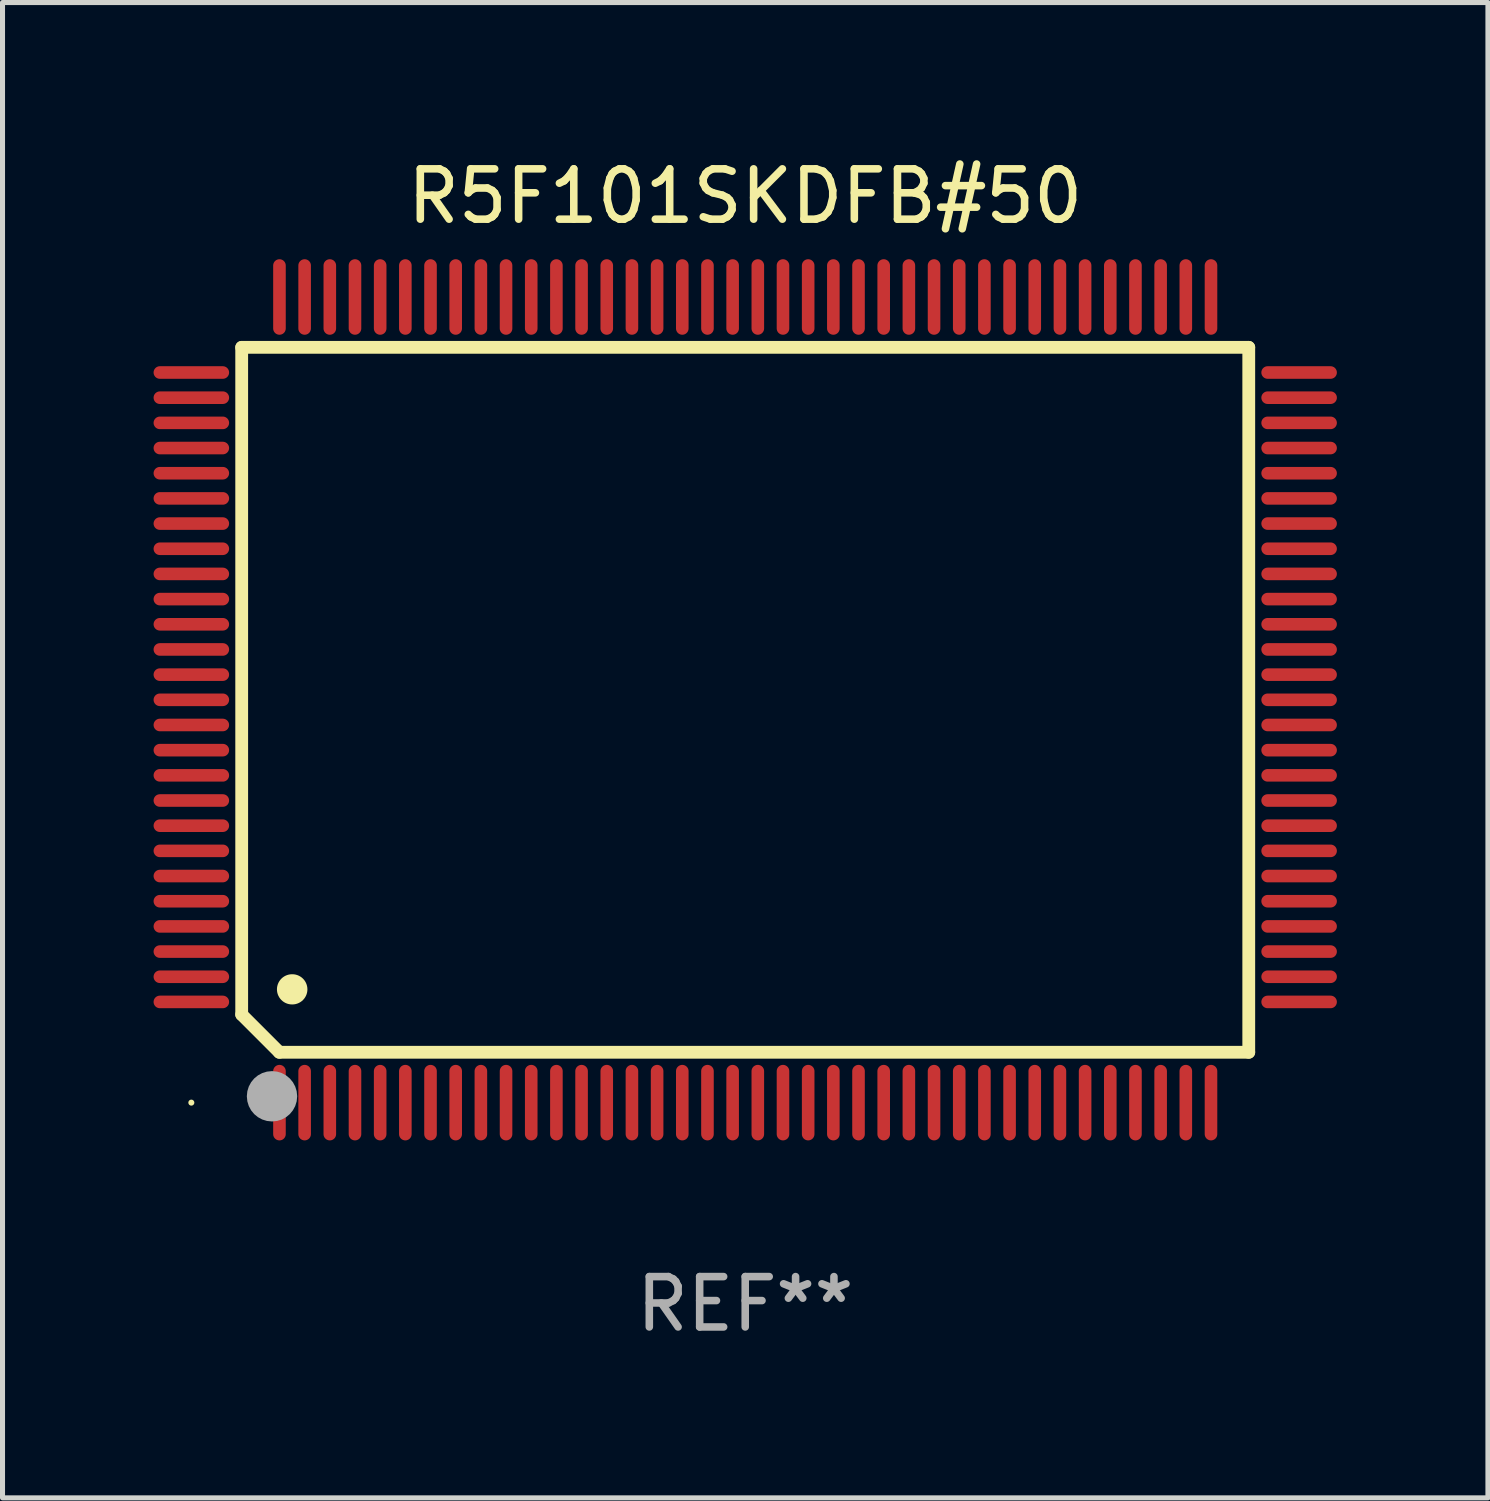
<source format=kicad_pcb>
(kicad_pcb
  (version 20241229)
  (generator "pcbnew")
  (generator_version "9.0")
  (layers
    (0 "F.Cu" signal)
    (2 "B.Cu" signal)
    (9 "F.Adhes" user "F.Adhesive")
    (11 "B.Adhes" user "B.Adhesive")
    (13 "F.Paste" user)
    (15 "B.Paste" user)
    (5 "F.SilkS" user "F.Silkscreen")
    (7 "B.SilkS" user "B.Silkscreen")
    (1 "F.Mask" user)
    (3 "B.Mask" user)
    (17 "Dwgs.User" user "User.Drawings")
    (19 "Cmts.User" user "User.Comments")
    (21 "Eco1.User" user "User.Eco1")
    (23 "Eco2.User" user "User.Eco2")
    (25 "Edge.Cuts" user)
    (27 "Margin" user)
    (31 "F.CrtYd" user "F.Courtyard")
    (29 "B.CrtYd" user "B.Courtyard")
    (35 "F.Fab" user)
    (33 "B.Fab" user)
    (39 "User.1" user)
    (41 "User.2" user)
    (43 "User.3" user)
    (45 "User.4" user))
  (footprint "R5F101SKDFB#50"
    (layer "F.Cu")
    (at 11.75 10.848)
    (property "Reference" "R5F101SKDFB#50" (at 0 -10 0) (layer "F.SilkS") (effects (font (size 1 1) (thickness 0.15))))
    (attr through_hole)
    (fp_line (start -10 -7) (end -10 6.25) (stroke (width 0.254) (type solid)) (layer "F.SilkS"))
    (fp_line (start -10 -7) (end 10 -7) (stroke (width 0.254) (type solid)) (layer "F.SilkS"))
    (fp_line (start -9.252 7) (end -10 6.252) (stroke (width 0.254) (type solid)) (layer "F.SilkS"))
    (fp_line (start 10 -7) (end 10 7) (stroke (width 0.254) (type solid)) (layer "F.SilkS"))
    (fp_line (start 10 7) (end -9.252 7) (stroke (width 0.254) (type solid)) (layer "F.SilkS"))
    (fp_arc (start -9.000025 5.750013) (mid -8.997485 5.750002) (end -8.994945 5.750013) (stroke (width 0.6) (type solid)) (layer "F.SilkS"))
    (fp_circle (center -11 8) (end -10.97 8) (stroke (width 0.06) (type solid)) (fill no) (layer "F.SilkS"))
    (fp_circle (center -9.398 7.874) (end -9.148 7.874) (stroke (width 0.5) (type solid)) (fill no) (layer "F.Fab"))
    (fp_text user "REF**" (at 0 12 0) (layer "F.Fab") (effects (font (size 1 1) (thickness 0.15))))
    (pad "1" smd oval (at -9.25 8) (size 0.25 1.5) (layers "F.Cu" "F.Mask" "F.Paste"))
    (pad "2" smd oval (at -8.75 8) (size 0.25 1.5) (layers "F.Cu" "F.Mask" "F.Paste"))
    (pad "3" smd oval (at -8.25 8) (size 0.25 1.5) (layers "F.Cu" "F.Mask" "F.Paste"))
    (pad "4" smd oval (at -7.75 8) (size 0.25 1.5) (layers "F.Cu" "F.Mask" "F.Paste"))
    (pad "5" smd oval (at -7.25 8) (size 0.25 1.5) (layers "F.Cu" "F.Mask" "F.Paste"))
    (pad "6" smd oval (at -6.75 8) (size 0.25 1.5) (layers "F.Cu" "F.Mask" "F.Paste"))
    (pad "7" smd oval (at -6.25 8) (size 0.25 1.5) (layers "F.Cu" "F.Mask" "F.Paste"))
    (pad "8" smd oval (at -5.75 8) (size 0.25 1.5) (layers "F.Cu" "F.Mask" "F.Paste"))
    (pad "9" smd oval (at -5.25 8) (size 0.25 1.5) (layers "F.Cu" "F.Mask" "F.Paste"))
    (pad "10" smd oval (at -4.75 8) (size 0.25 1.5) (layers "F.Cu" "F.Mask" "F.Paste"))
    (pad "11" smd oval (at -4.25 8) (size 0.25 1.5) (layers "F.Cu" "F.Mask" "F.Paste"))
    (pad "12" smd oval (at -3.75 8) (size 0.25 1.5) (layers "F.Cu" "F.Mask" "F.Paste"))
    (pad "13" smd oval (at -3.25 8) (size 0.25 1.5) (layers "F.Cu" "F.Mask" "F.Paste"))
    (pad "14" smd oval (at -2.75 8) (size 0.25 1.5) (layers "F.Cu" "F.Mask" "F.Paste"))
    (pad "15" smd oval (at -2.25 8) (size 0.25 1.5) (layers "F.Cu" "F.Mask" "F.Paste"))
    (pad "16" smd oval (at -1.75 8) (size 0.25 1.5) (layers "F.Cu" "F.Mask" "F.Paste"))
    (pad "17" smd oval (at -1.25 8) (size 0.25 1.5) (layers "F.Cu" "F.Mask" "F.Paste"))
    (pad "18" smd oval (at -0.75 8) (size 0.25 1.5) (layers "F.Cu" "F.Mask" "F.Paste"))
    (pad "19" smd oval (at -0.25 8) (size 0.25 1.5) (layers "F.Cu" "F.Mask" "F.Paste"))
    (pad "20" smd oval (at 0.25 8) (size 0.25 1.5) (layers "F.Cu" "F.Mask" "F.Paste"))
    (pad "21" smd oval (at 0.75 8) (size 0.25 1.5) (layers "F.Cu" "F.Mask" "F.Paste"))
    (pad "22" smd oval (at 1.25 8) (size 0.25 1.5) (layers "F.Cu" "F.Mask" "F.Paste"))
    (pad "23" smd oval (at 1.75 8) (size 0.25 1.5) (layers "F.Cu" "F.Mask" "F.Paste"))
    (pad "24" smd oval (at 2.25 8) (size 0.25 1.5) (layers "F.Cu" "F.Mask" "F.Paste"))
    (pad "25" smd oval (at 2.75 8) (size 0.25 1.5) (layers "F.Cu" "F.Mask" "F.Paste"))
    (pad "26" smd oval (at 3.25 8) (size 0.25 1.5) (layers "F.Cu" "F.Mask" "F.Paste"))
    (pad "27" smd oval (at 3.75 8) (size 0.25 1.5) (layers "F.Cu" "F.Mask" "F.Paste"))
    (pad "28" smd oval (at 4.25 8) (size 0.25 1.5) (layers "F.Cu" "F.Mask" "F.Paste"))
    (pad "29" smd oval (at 4.75 8) (size 0.25 1.5) (layers "F.Cu" "F.Mask" "F.Paste"))
    (pad "30" smd oval (at 5.25 8) (size 0.25 1.5) (layers "F.Cu" "F.Mask" "F.Paste"))
    (pad "31" smd oval (at 5.75 8) (size 0.25 1.5) (layers "F.Cu" "F.Mask" "F.Paste"))
    (pad "32" smd oval (at 6.25 8) (size 0.25 1.5) (layers "F.Cu" "F.Mask" "F.Paste"))
    (pad "33" smd oval (at 6.75 8 180) (size 0.25 1.5) (layers "F.Cu" "F.Mask" "F.Paste"))
    (pad "34" smd oval (at 7.25 8 180) (size 0.25 1.5) (layers "F.Cu" "F.Mask" "F.Paste"))
    (pad "35" smd oval (at 7.75 8 180) (size 0.25 1.5) (layers "F.Cu" "F.Mask" "F.Paste"))
    (pad "36" smd oval (at 8.25 8 180) (size 0.25 1.5) (layers "F.Cu" "F.Mask" "F.Paste"))
    (pad "37" smd oval (at 8.75 8 180) (size 0.25 1.5) (layers "F.Cu" "F.Mask" "F.Paste"))
    (pad "38" smd oval (at 9.25 8 180) (size 0.25 1.5) (layers "F.Cu" "F.Mask" "F.Paste"))
    (pad "39" smd oval (at 11 6 270) (size 0.25 1.5) (layers "F.Cu" "F.Mask" "F.Paste"))
    (pad "40" smd oval (at 11 5.5 270) (size 0.25 1.5) (layers "F.Cu" "F.Mask" "F.Paste"))
    (pad "41" smd oval (at 11 5 270) (size 0.25 1.5) (layers "F.Cu" "F.Mask" "F.Paste"))
    (pad "42" smd oval (at 11 4.5 270) (size 0.25 1.5) (layers "F.Cu" "F.Mask" "F.Paste"))
    (pad "43" smd oval (at 11 4 270) (size 0.25 1.5) (layers "F.Cu" "F.Mask" "F.Paste"))
    (pad "44" smd oval (at 11 3.5 270) (size 0.25 1.5) (layers "F.Cu" "F.Mask" "F.Paste"))
    (pad "45" smd oval (at 11 3 270) (size 0.25 1.5) (layers "F.Cu" "F.Mask" "F.Paste"))
    (pad "46" smd oval (at 11 2.5 270) (size 0.25 1.5) (layers "F.Cu" "F.Mask" "F.Paste"))
    (pad "47" smd oval (at 11 2 270) (size 0.25 1.5) (layers "F.Cu" "F.Mask" "F.Paste"))
    (pad "48" smd oval (at 11 1.5 270) (size 0.25 1.5) (layers "F.Cu" "F.Mask" "F.Paste"))
    (pad "49" smd oval (at 11 1 270) (size 0.25 1.5) (layers "F.Cu" "F.Mask" "F.Paste"))
    (pad "50" smd oval (at 11 0.5 270) (size 0.25 1.5) (layers "F.Cu" "F.Mask" "F.Paste"))
    (pad "51" smd oval (at 11 0 270) (size 0.25 1.5) (layers "F.Cu" "F.Mask" "F.Paste"))
    (pad "52" smd oval (at 11 -0.5 270) (size 0.25 1.5) (layers "F.Cu" "F.Mask" "F.Paste"))
    (pad "53" smd oval (at 11 -1 270) (size 0.25 1.5) (layers "F.Cu" "F.Mask" "F.Paste"))
    (pad "54" smd oval (at 11 -1.5 270) (size 0.25 1.5) (layers "F.Cu" "F.Mask" "F.Paste"))
    (pad "55" smd oval (at 11 -2 270) (size 0.25 1.5) (layers "F.Cu" "F.Mask" "F.Paste"))
    (pad "56" smd oval (at 11 -2.5 270) (size 0.25 1.5) (layers "F.Cu" "F.Mask" "F.Paste"))
    (pad "57" smd oval (at 11 -3 270) (size 0.25 1.5) (layers "F.Cu" "F.Mask" "F.Paste"))
    (pad "58" smd oval (at 11 -3.5 270) (size 0.25 1.5) (layers "F.Cu" "F.Mask" "F.Paste"))
    (pad "59" smd oval (at 11 -4 270) (size 0.25 1.5) (layers "F.Cu" "F.Mask" "F.Paste"))
    (pad "60" smd oval (at 11 -4.5 270) (size 0.25 1.5) (layers "F.Cu" "F.Mask" "F.Paste"))
    (pad "61" smd oval (at 11 -5 270) (size 0.25 1.5) (layers "F.Cu" "F.Mask" "F.Paste"))
    (pad "62" smd oval (at 11 -5.5 270) (size 0.25 1.5) (layers "F.Cu" "F.Mask" "F.Paste"))
    (pad "63" smd oval (at 11 -6 270) (size 0.25 1.5) (layers "F.Cu" "F.Mask" "F.Paste"))
    (pad "64" smd oval (at 11 -6.5 270) (size 0.25 1.5) (layers "F.Cu" "F.Mask" "F.Paste"))
    (pad "65" smd oval (at 9.25 -8 180) (size 0.25 1.5) (layers "F.Cu" "F.Mask" "F.Paste"))
    (pad "66" smd oval (at 8.75 -8 180) (size 0.25 1.5) (layers "F.Cu" "F.Mask" "F.Paste"))
    (pad "67" smd oval (at 8.25 -8 180) (size 0.25 1.5) (layers "F.Cu" "F.Mask" "F.Paste"))
    (pad "68" smd oval (at 7.75 -8 180) (size 0.25 1.5) (layers "F.Cu" "F.Mask" "F.Paste"))
    (pad "69" smd oval (at 7.25 -8 180) (size 0.25 1.5) (layers "F.Cu" "F.Mask" "F.Paste"))
    (pad "70" smd oval (at 6.75 -8 180) (size 0.25 1.5) (layers "F.Cu" "F.Mask" "F.Paste"))
    (pad "71" smd oval (at 6.25 -8 180) (size 0.25 1.5) (layers "F.Cu" "F.Mask" "F.Paste"))
    (pad "72" smd oval (at 5.75 -8 180) (size 0.25 1.5) (layers "F.Cu" "F.Mask" "F.Paste"))
    (pad "73" smd oval (at 5.25 -8 180) (size 0.25 1.5) (layers "F.Cu" "F.Mask" "F.Paste"))
    (pad "74" smd oval (at 4.75 -8 180) (size 0.25 1.5) (layers "F.Cu" "F.Mask" "F.Paste"))
    (pad "75" smd oval (at 4.25 -8 180) (size 0.25 1.5) (layers "F.Cu" "F.Mask" "F.Paste"))
    (pad "76" smd oval (at 3.75 -8 180) (size 0.25 1.5) (layers "F.Cu" "F.Mask" "F.Paste"))
    (pad "77" smd oval (at 3.25 -8 180) (size 0.25 1.5) (layers "F.Cu" "F.Mask" "F.Paste"))
    (pad "78" smd oval (at 2.75 -8 180) (size 0.25 1.5) (layers "F.Cu" "F.Mask" "F.Paste"))
    (pad "79" smd oval (at 2.25 -8 180) (size 0.25 1.5) (layers "F.Cu" "F.Mask" "F.Paste"))
    (pad "80" smd oval (at 1.75 -8 180) (size 0.25 1.5) (layers "F.Cu" "F.Mask" "F.Paste"))
    (pad "81" smd oval (at 1.25 -8 180) (size 0.25 1.5) (layers "F.Cu" "F.Mask" "F.Paste"))
    (pad "82" smd oval (at 0.75 -8 180) (size 0.25 1.5) (layers "F.Cu" "F.Mask" "F.Paste"))
    (pad "83" smd oval (at 0.25 -8 180) (size 0.25 1.5) (layers "F.Cu" "F.Mask" "F.Paste"))
    (pad "84" smd oval (at -0.25 -8 180) (size 0.25 1.5) (layers "F.Cu" "F.Mask" "F.Paste"))
    (pad "85" smd oval (at -0.75 -8 180) (size 0.25 1.5) (layers "F.Cu" "F.Mask" "F.Paste"))
    (pad "86" smd oval (at -1.25 -8 180) (size 0.25 1.5) (layers "F.Cu" "F.Mask" "F.Paste"))
    (pad "87" smd oval (at -1.75 -8 180) (size 0.25 1.5) (layers "F.Cu" "F.Mask" "F.Paste"))
    (pad "88" smd oval (at -2.25 -8 180) (size 0.25 1.5) (layers "F.Cu" "F.Mask" "F.Paste"))
    (pad "89" smd oval (at -2.75 -8 180) (size 0.25 1.5) (layers "F.Cu" "F.Mask" "F.Paste"))
    (pad "90" smd oval (at -3.25 -8 180) (size 0.25 1.5) (layers "F.Cu" "F.Mask" "F.Paste"))
    (pad "91" smd oval (at -3.75 -8 180) (size 0.25 1.5) (layers "F.Cu" "F.Mask" "F.Paste"))
    (pad "92" smd oval (at -4.25 -8 180) (size 0.25 1.5) (layers "F.Cu" "F.Mask" "F.Paste"))
    (pad "93" smd oval (at -4.75 -8 180) (size 0.25 1.5) (layers "F.Cu" "F.Mask" "F.Paste"))
    (pad "94" smd oval (at -5.25 -8 180) (size 0.25 1.5) (layers "F.Cu" "F.Mask" "F.Paste"))
    (pad "95" smd oval (at -5.75 -8 180) (size 0.25 1.5) (layers "F.Cu" "F.Mask" "F.Paste"))
    (pad "96" smd oval (at -6.25 -8 180) (size 0.25 1.5) (layers "F.Cu" "F.Mask" "F.Paste"))
    (pad "97" smd oval (at -6.75 -8 180) (size 0.25 1.5) (layers "F.Cu" "F.Mask" "F.Paste"))
    (pad "98" smd oval (at -7.25 -8 180) (size 0.25 1.5) (layers "F.Cu" "F.Mask" "F.Paste"))
    (pad "99" smd oval (at -7.75 -8 180) (size 0.25 1.5) (layers "F.Cu" "F.Mask" "F.Paste"))
    (pad "100" smd oval (at -8.25 -8 180) (size 0.25 1.5) (layers "F.Cu" "F.Mask" "F.Paste"))
    (pad "101" smd oval (at -8.75 -8 180) (size 0.25 1.5) (layers "F.Cu" "F.Mask" "F.Paste"))
    (pad "102" smd oval (at -9.25 -8) (size 0.25 1.5) (layers "F.Cu" "F.Mask" "F.Paste"))
    (pad "103" smd oval (at -11 -6.5 270) (size 0.25 1.5) (layers "F.Cu" "F.Mask" "F.Paste"))
    (pad "104" smd oval (at -11 -6 270) (size 0.25 1.5) (layers "F.Cu" "F.Mask" "F.Paste"))
    (pad "105" smd oval (at -11 -5.5 270) (size 0.25 1.5) (layers "F.Cu" "F.Mask" "F.Paste"))
    (pad "106" smd oval (at -11 -5 270) (size 0.25 1.5) (layers "F.Cu" "F.Mask" "F.Paste"))
    (pad "107" smd oval (at -11 -4.5 270) (size 0.25 1.5) (layers "F.Cu" "F.Mask" "F.Paste"))
    (pad "108" smd oval (at -11 -4 270) (size 0.25 1.5) (layers "F.Cu" "F.Mask" "F.Paste"))
    (pad "109" smd oval (at -11 -3.5 270) (size 0.25 1.5) (layers "F.Cu" "F.Mask" "F.Paste"))
    (pad "110" smd oval (at -11 -3 270) (size 0.25 1.5) (layers "F.Cu" "F.Mask" "F.Paste"))
    (pad "111" smd oval (at -11 -2.5 270) (size 0.25 1.5) (layers "F.Cu" "F.Mask" "F.Paste"))
    (pad "112" smd oval (at -11 -2 270) (size 0.25 1.5) (layers "F.Cu" "F.Mask" "F.Paste"))
    (pad "113" smd oval (at -11 -1.5 270) (size 0.25 1.5) (layers "F.Cu" "F.Mask" "F.Paste"))
    (pad "114" smd oval (at -11 -1 270) (size 0.25 1.5) (layers "F.Cu" "F.Mask" "F.Paste"))
    (pad "115" smd oval (at -11 -0.5 270) (size 0.25 1.5) (layers "F.Cu" "F.Mask" "F.Paste"))
    (pad "116" smd oval (at -11 0 270) (size 0.25 1.5) (layers "F.Cu" "F.Mask" "F.Paste"))
    (pad "117" smd oval (at -11 0.5 270) (size 0.25 1.5) (layers "F.Cu" "F.Mask" "F.Paste"))
    (pad "118" smd oval (at -11 1 270) (size 0.25 1.5) (layers "F.Cu" "F.Mask" "F.Paste"))
    (pad "119" smd oval (at -11 1.5 270) (size 0.25 1.5) (layers "F.Cu" "F.Mask" "F.Paste"))
    (pad "120" smd oval (at -11 2 270) (size 0.25 1.5) (layers "F.Cu" "F.Mask" "F.Paste"))
    (pad "121" smd oval (at -11 2.5 270) (size 0.25 1.5) (layers "F.Cu" "F.Mask" "F.Paste"))
    (pad "122" smd oval (at -11 3 270) (size 0.25 1.5) (layers "F.Cu" "F.Mask" "F.Paste"))
    (pad "123" smd oval (at -11 3.5 270) (size 0.25 1.5) (layers "F.Cu" "F.Mask" "F.Paste"))
    (pad "124" smd oval (at -11 4 270) (size 0.25 1.5) (layers "F.Cu" "F.Mask" "F.Paste"))
    (pad "125" smd oval (at -11 4.5 270) (size 0.25 1.5) (layers "F.Cu" "F.Mask" "F.Paste"))
    (pad "126" smd oval (at -11 5 270) (size 0.25 1.5) (layers "F.Cu" "F.Mask" "F.Paste"))
    (pad "127" smd oval (at -11 5.5 270) (size 0.25 1.5) (layers "F.Cu" "F.Mask" "F.Paste"))
    (pad "128" smd oval (at -11 6 270) (size 0.25 1.5) (layers "F.Cu" "F.Mask" "F.Paste")))
  (gr_rect
    (start -3 -3)
    (end 26.5 26.697)
    (stroke (width 0.1) (type default))
    (fill no)
    (layer "Edge.Cuts")))
</source>
